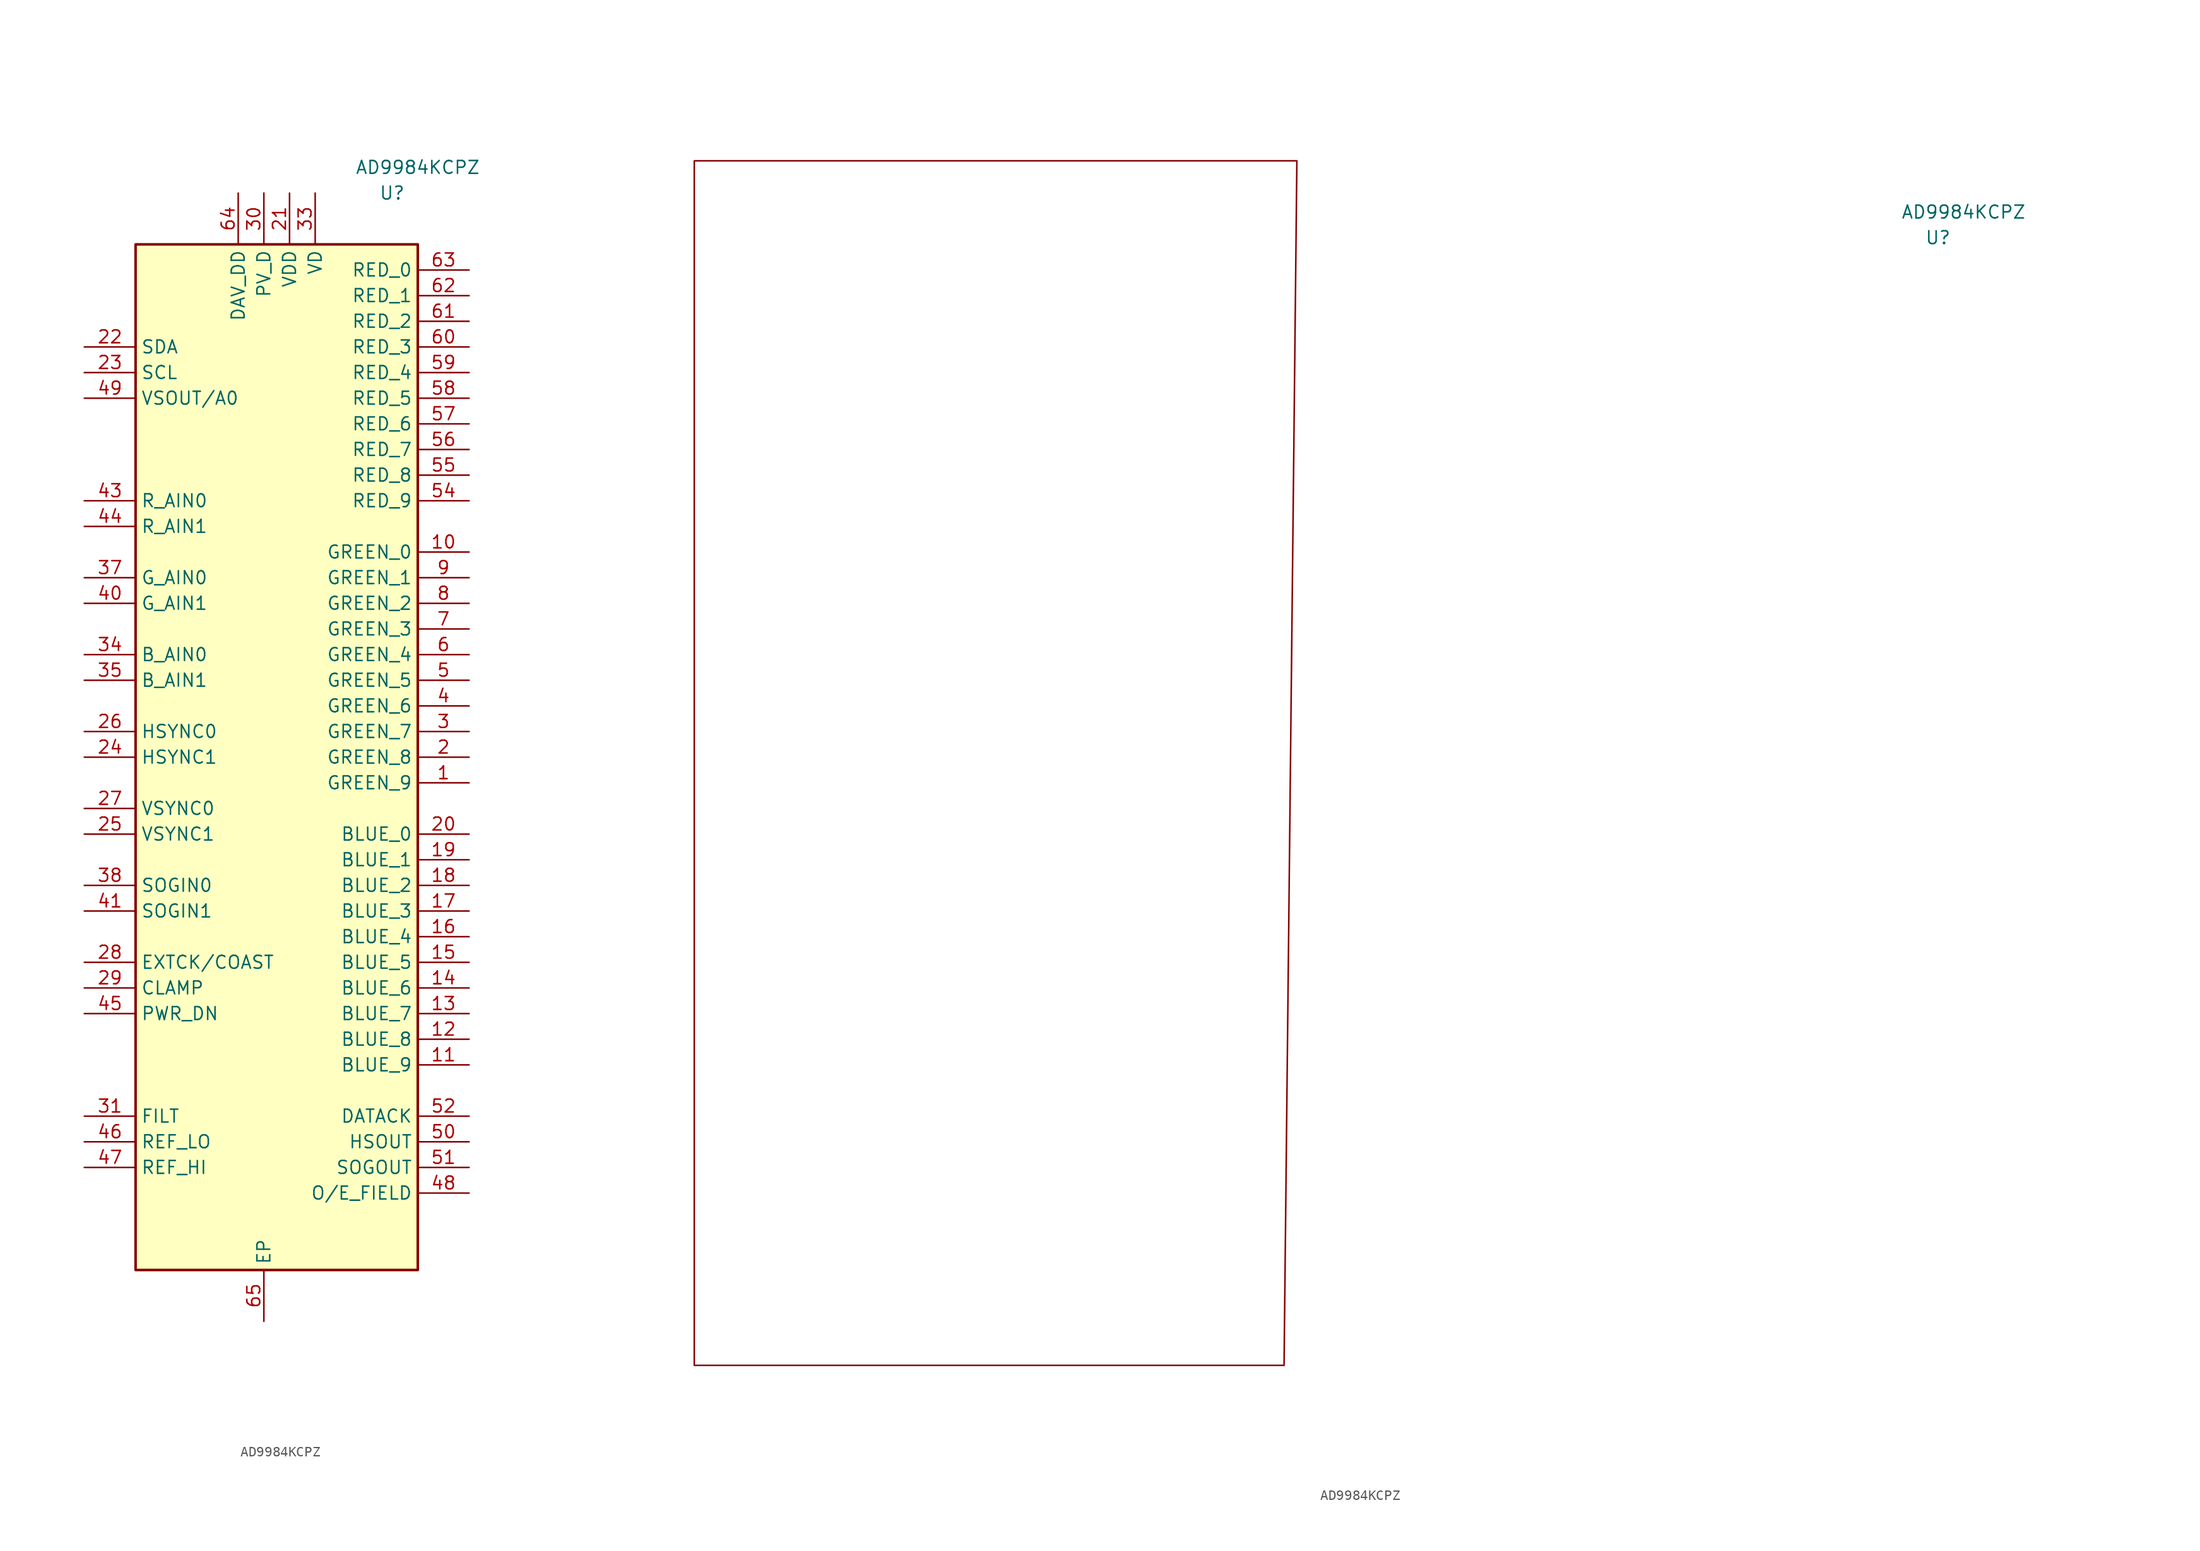
<source format=kicad_sym>
(kicad_symbol_lib
  (version 20210619)
  (generator kicad_symbol_editor)
  (symbol "symbols:AD9984KCPZ"
    (property "Reference" "U"
      (at 10.16 55.88 0)
      (effects (font (size 1.27 1.27))))
    (property "Value" "AD9984KCPZ"
      (at 12.7 58.42 0)
      (effects (font (size 1.27 1.27))))
    (symbol "AD9984KCPZ_0_1"
      (rectangle (start 12.7 50.8) (end -15.24 -50.8) (stroke (width 0.254)) (fill (type background))))
    (symbol "AD9984KCPZ_0_2"
      (polyline (pts (xy -113.03 -55.88) (xy -54.61 -55.88) (xy -53.34 63.5) (xy -113.03 63.5) (xy -113.03 -55.88)) (stroke (width 0)) (fill (type none))))
    (symbol "AD9984KCPZ_1_1"
      (pin output line (at 17.78 -2.54 180) (length 5.08) (name "GREEN_9" (effects (font (size 1.27 1.27)))) (number "1" (effects (font (size 1.27 1.27)))))
      (pin output line (at 17.78 20.32 180) (length 5.08) (name "GREEN_0" (effects (font (size 1.27 1.27)))) (number "10" (effects (font (size 1.27 1.27)))))
      (pin output line (at 17.78 -30.48 180) (length 5.08) (name "BLUE_9" (effects (font (size 1.27 1.27)))) (number "11" (effects (font (size 1.27 1.27)))))
      (pin output line (at 17.78 -27.94 180) (length 5.08) (name "BLUE_8" (effects (font (size 1.27 1.27)))) (number "12" (effects (font (size 1.27 1.27)))))
      (pin output line (at 17.78 -25.4 180) (length 5.08) (name "BLUE_7" (effects (font (size 1.27 1.27)))) (number "13" (effects (font (size 1.27 1.27)))))
      (pin output line (at 17.78 -22.86 180) (length 5.08) (name "BLUE_6" (effects (font (size 1.27 1.27)))) (number "14" (effects (font (size 1.27 1.27)))))
      (pin output line (at 17.78 -20.32 180) (length 5.08) (name "BLUE_5" (effects (font (size 1.27 1.27)))) (number "15" (effects (font (size 1.27 1.27)))))
      (pin output line (at 17.78 -17.78 180) (length 5.08) (name "BLUE_4" (effects (font (size 1.27 1.27)))) (number "16" (effects (font (size 1.27 1.27)))))
      (pin output line (at 17.78 -15.24 180) (length 5.08) (name "BLUE_3" (effects (font (size 1.27 1.27)))) (number "17" (effects (font (size 1.27 1.27)))))
      (pin output line (at 17.78 -12.7 180) (length 5.08) (name "BLUE_2" (effects (font (size 1.27 1.27)))) (number "18" (effects (font (size 1.27 1.27)))))
      (pin output line (at 17.78 -10.16 180) (length 5.08) (name "BLUE_1" (effects (font (size 1.27 1.27)))) (number "19" (effects (font (size 1.27 1.27)))))
      (pin output line (at 17.78 0 180) (length 5.08) (name "GREEN_8" (effects (font (size 1.27 1.27)))) (number "2" (effects (font (size 1.27 1.27)))))
      (pin output line (at 17.78 -7.62 180) (length 5.08) (name "BLUE_0" (effects (font (size 1.27 1.27)))) (number "20" (effects (font (size 1.27 1.27)))))
      (pin power_in line (at 0 55.88 270) (length 5.08) (name "VDD" (effects (font (size 1.27 1.27)))) (number "21" (effects (font (size 1.27 1.27)))))
      (pin bidirectional line (at -20.32 40.64 0) (length 5.08) (name "SDA" (effects (font (size 1.27 1.27)))) (number "22" (effects (font (size 1.27 1.27)))))
      (pin input line (at -20.32 38.1 0) (length 5.08) (name "SCL" (effects (font (size 1.27 1.27)))) (number "23" (effects (font (size 1.27 1.27)))))
      (pin input line (at -20.32 0 0) (length 5.08) (name "HSYNC1" (effects (font (size 1.27 1.27)))) (number "24" (effects (font (size 1.27 1.27)))))
      (pin input line (at -20.32 -7.62 0) (length 5.08) (name "VSYNC1" (effects (font (size 1.27 1.27)))) (number "25" (effects (font (size 1.27 1.27)))))
      (pin input line (at -20.32 2.54 0) (length 5.08) (name "HSYNC0" (effects (font (size 1.27 1.27)))) (number "26" (effects (font (size 1.27 1.27)))))
      (pin input line (at -20.32 -5.08 0) (length 5.08) (name "VSYNC0" (effects (font (size 1.27 1.27)))) (number "27" (effects (font (size 1.27 1.27)))))
      (pin input line (at -20.32 -20.32 0) (length 5.08) (name "EXTCK/COAST" (effects (font (size 1.27 1.27)))) (number "28" (effects (font (size 1.27 1.27)))))
      (pin input line (at -20.32 -22.86 0) (length 5.08) (name "CLAMP" (effects (font (size 1.27 1.27)))) (number "29" (effects (font (size 1.27 1.27)))))
      (pin output line (at 17.78 2.54 180) (length 5.08) (name "GREEN_7" (effects (font (size 1.27 1.27)))) (number "3" (effects (font (size 1.27 1.27)))))
      (pin power_in line (at -2.54 55.88 270) (length 5.08) (name "PV_D" (effects (font (size 1.27 1.27)))) (number "30" (effects (font (size 1.27 1.27)))))
      (pin input line (at -20.32 -35.56 0) (length 5.08) (name "FILT" (effects (font (size 1.27 1.27)))) (number "31" (effects (font (size 1.27 1.27)))))
      (pin passive line (at -2.54 55.88 270) (length 5.08) hide (name "PV_D" (effects (font (size 1.27 1.27)))) (number "32" (effects (font (size 1.27 1.27)))))
      (pin power_in line (at 2.54 55.88 270) (length 5.08) (name "VD" (effects (font (size 1.27 1.27)))) (number "33" (effects (font (size 1.27 1.27)))))
      (pin input line (at -20.32 10.16 0) (length 5.08) (name "B_AIN0" (effects (font (size 1.27 1.27)))) (number "34" (effects (font (size 1.27 1.27)))))
      (pin input line (at -20.32 7.62 0) (length 5.08) (name "B_AIN1" (effects (font (size 1.27 1.27)))) (number "35" (effects (font (size 1.27 1.27)))))
      (pin passive line (at 2.54 55.88 270) (length 5.08) hide (name "VD" (effects (font (size 1.27 1.27)))) (number "36" (effects (font (size 1.27 1.27)))))
      (pin input line (at -20.32 17.78 0) (length 5.08) (name "G_AIN0" (effects (font (size 1.27 1.27)))) (number "37" (effects (font (size 1.27 1.27)))))
      (pin input line (at -20.32 -12.7 0) (length 5.08) (name "SOGIN0" (effects (font (size 1.27 1.27)))) (number "38" (effects (font (size 1.27 1.27)))))
      (pin passive line (at 2.54 55.88 270) (length 5.08) hide (name "VD" (effects (font (size 1.27 1.27)))) (number "39" (effects (font (size 1.27 1.27)))))
      (pin output line (at 17.78 5.08 180) (length 5.08) (name "GREEN_6" (effects (font (size 1.27 1.27)))) (number "4" (effects (font (size 1.27 1.27)))))
      (pin input line (at -20.32 15.24 0) (length 5.08) (name "G_AIN1" (effects (font (size 1.27 1.27)))) (number "40" (effects (font (size 1.27 1.27)))))
      (pin input line (at -20.32 -15.24 0) (length 5.08) (name "SOGIN1" (effects (font (size 1.27 1.27)))) (number "41" (effects (font (size 1.27 1.27)))))
      (pin passive line (at 2.54 55.88 270) (length 5.08) hide (name "VD" (effects (font (size 1.27 1.27)))) (number "42" (effects (font (size 1.27 1.27)))))
      (pin input line (at -20.32 25.4 0) (length 5.08) (name "R_AIN0" (effects (font (size 1.27 1.27)))) (number "43" (effects (font (size 1.27 1.27)))))
      (pin input line (at -20.32 22.86 0) (length 5.08) (name "R_AIN1" (effects (font (size 1.27 1.27)))) (number "44" (effects (font (size 1.27 1.27)))))
      (pin input line (at -20.32 -25.4 0) (length 5.08) (name "PWR_DN" (effects (font (size 1.27 1.27)))) (number "45" (effects (font (size 1.27 1.27)))))
      (pin input line (at -20.32 -38.1 0) (length 5.08) (name "REF_LO" (effects (font (size 1.27 1.27)))) (number "46" (effects (font (size 1.27 1.27)))))
      (pin input line (at -20.32 -40.64 0) (length 5.08) (name "REF_HI" (effects (font (size 1.27 1.27)))) (number "47" (effects (font (size 1.27 1.27)))))
      (pin output line (at 17.78 -43.18 180) (length 5.08) (name "O/E_FIELD" (effects (font (size 1.27 1.27)))) (number "48" (effects (font (size 1.27 1.27)))))
      (pin bidirectional line (at -20.32 35.56 0) (length 5.08) (name "VSOUT/A0" (effects (font (size 1.27 1.27)))) (number "49" (effects (font (size 1.27 1.27)))))
      (pin output line (at 17.78 7.62 180) (length 5.08) (name "GREEN_5" (effects (font (size 1.27 1.27)))) (number "5" (effects (font (size 1.27 1.27)))))
      (pin output line (at 17.78 -38.1 180) (length 5.08) (name "HSOUT" (effects (font (size 1.27 1.27)))) (number "50" (effects (font (size 1.27 1.27)))))
      (pin output line (at 17.78 -40.64 180) (length 5.08) (name "SOGOUT" (effects (font (size 1.27 1.27)))) (number "51" (effects (font (size 1.27 1.27)))))
      (pin output line (at 17.78 -35.56 180) (length 5.08) (name "DATACK" (effects (font (size 1.27 1.27)))) (number "52" (effects (font (size 1.27 1.27)))))
      (pin passive line (at 0 55.88 270) (length 5.08) hide (name "VDD" (effects (font (size 1.27 1.27)))) (number "53" (effects (font (size 1.27 1.27)))))
      (pin output line (at 17.78 25.4 180) (length 5.08) (name "RED_9" (effects (font (size 1.27 1.27)))) (number "54" (effects (font (size 1.27 1.27)))))
      (pin output line (at 17.78 27.94 180) (length 5.08) (name "RED_8" (effects (font (size 1.27 1.27)))) (number "55" (effects (font (size 1.27 1.27)))))
      (pin output line (at 17.78 30.48 180) (length 5.08) (name "RED_7" (effects (font (size 1.27 1.27)))) (number "56" (effects (font (size 1.27 1.27)))))
      (pin output line (at 17.78 33.02 180) (length 5.08) (name "RED_6" (effects (font (size 1.27 1.27)))) (number "57" (effects (font (size 1.27 1.27)))))
      (pin output line (at 17.78 35.56 180) (length 5.08) (name "RED_5" (effects (font (size 1.27 1.27)))) (number "58" (effects (font (size 1.27 1.27)))))
      (pin output line (at 17.78 38.1 180) (length 5.08) (name "RED_4" (effects (font (size 1.27 1.27)))) (number "59" (effects (font (size 1.27 1.27)))))
      (pin output line (at 17.78 10.16 180) (length 5.08) (name "GREEN_4" (effects (font (size 1.27 1.27)))) (number "6" (effects (font (size 1.27 1.27)))))
      (pin output line (at 17.78 40.64 180) (length 5.08) (name "RED_3" (effects (font (size 1.27 1.27)))) (number "60" (effects (font (size 1.27 1.27)))))
      (pin output line (at 17.78 43.18 180) (length 5.08) (name "RED_2" (effects (font (size 1.27 1.27)))) (number "61" (effects (font (size 1.27 1.27)))))
      (pin output line (at 17.78 45.72 180) (length 5.08) (name "RED_1" (effects (font (size 1.27 1.27)))) (number "62" (effects (font (size 1.27 1.27)))))
      (pin output line (at 17.78 48.26 180) (length 5.08) (name "RED_0" (effects (font (size 1.27 1.27)))) (number "63" (effects (font (size 1.27 1.27)))))
      (pin power_in line (at -5.08 55.88 270) (length 5.08) (name "DAV_DD" (effects (font (size 1.27 1.27)))) (number "64" (effects (font (size 1.27 1.27)))))
      (pin passive line (at -2.54 -55.88 90) (length 5.08) (name "EP" (effects (font (size 1.27 1.27)))) (number "65" (effects (font (size 1.27 1.27)))))
      (pin output line (at 17.78 12.7 180) (length 5.08) (name "GREEN_3" (effects (font (size 1.27 1.27)))) (number "7" (effects (font (size 1.27 1.27)))))
      (pin output line (at 17.78 15.24 180) (length 5.08) (name "GREEN_2" (effects (font (size 1.27 1.27)))) (number "8" (effects (font (size 1.27 1.27)))))
      (pin output line (at 17.78 17.78 180) (length 5.08) (name "GREEN_1" (effects (font (size 1.27 1.27)))) (number "9" (effects (font (size 1.27 1.27))))))))
</source>
